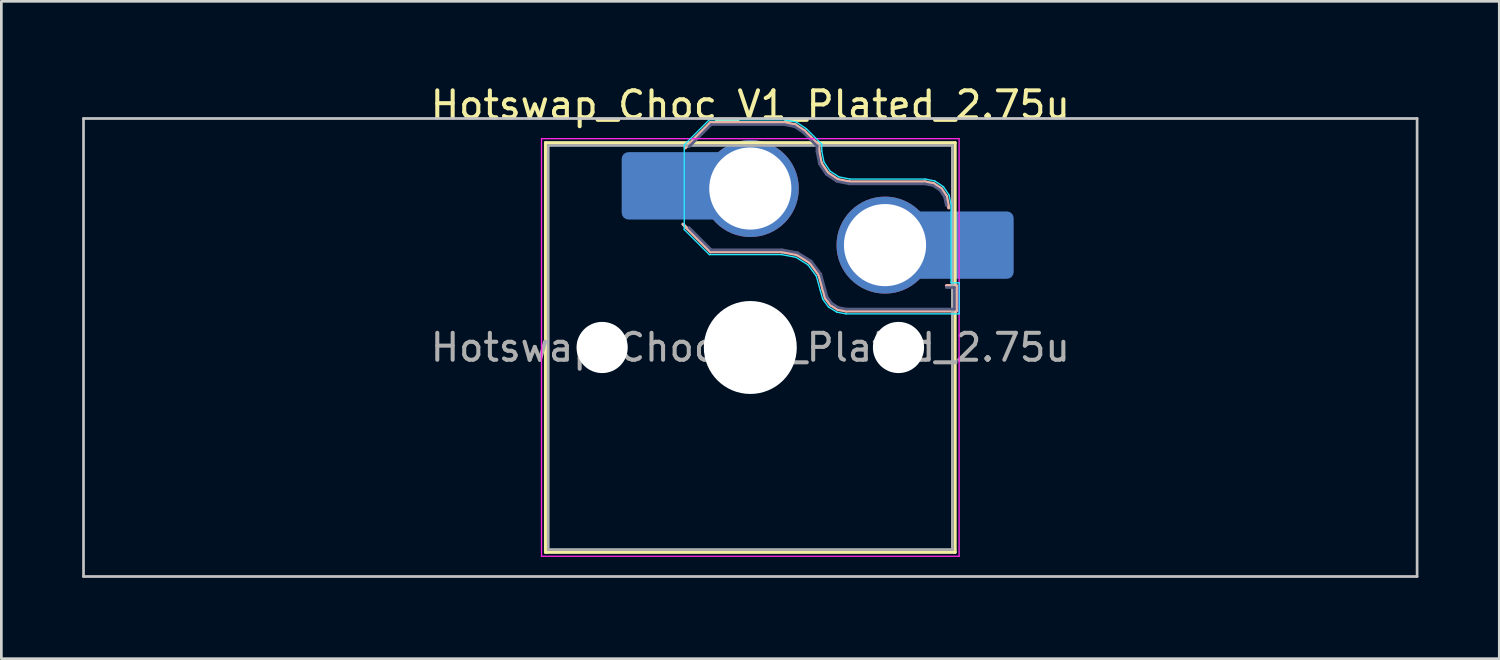
<source format=kicad_pcb>
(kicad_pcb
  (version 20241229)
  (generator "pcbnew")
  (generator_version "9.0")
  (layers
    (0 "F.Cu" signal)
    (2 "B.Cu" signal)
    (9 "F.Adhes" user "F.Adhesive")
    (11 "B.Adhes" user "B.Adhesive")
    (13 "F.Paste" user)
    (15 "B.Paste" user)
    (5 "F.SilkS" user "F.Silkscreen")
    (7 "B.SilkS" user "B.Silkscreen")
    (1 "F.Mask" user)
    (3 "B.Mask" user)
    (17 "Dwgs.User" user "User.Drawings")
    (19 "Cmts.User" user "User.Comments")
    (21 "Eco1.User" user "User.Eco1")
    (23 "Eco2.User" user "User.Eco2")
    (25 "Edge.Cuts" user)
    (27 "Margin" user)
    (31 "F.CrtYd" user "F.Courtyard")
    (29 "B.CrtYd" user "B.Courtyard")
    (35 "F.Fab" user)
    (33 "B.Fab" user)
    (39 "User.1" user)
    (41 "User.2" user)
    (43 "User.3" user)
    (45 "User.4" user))
  (footprint "Hotswap_Choc_V1_Plated_2.75u"
    (layer "F.Cu")
    (at 24.8 9.848)
    (property "Reference" "Hotswap_Choc_V1_Plated_2.75u" (at 0 -9 0) (layer "F.SilkS") (effects (font (size 1 1) (thickness 0.15))))
    (attr smd)
    (fp_line (start -7.6 -7.6) (end -7.6 7.6) (stroke (width 0.12) (type solid)) (layer "F.SilkS"))
    (fp_line (start -7.6 7.6) (end 7.6 7.6) (stroke (width 0.12) (type solid)) (layer "F.SilkS"))
    (fp_line (start 7.6 -7.6) (end -7.6 -7.6) (stroke (width 0.12) (type solid)) (layer "F.SilkS"))
    (fp_line (start 7.6 7.6) (end 7.6 -7.6) (stroke (width 0.12) (type solid)) (layer "F.SilkS"))
    (fp_line (start -2.416 -7.409) (end -1.479 -8.346) (stroke (width 0.12) (type solid)) (layer "B.SilkS"))
    (fp_line (start -1.479 -8.346) (end 1.268 -8.346) (stroke (width 0.12) (type solid)) (layer "B.SilkS"))
    (fp_line (start -1.479 -3.554) (end -2.5 -4.575) (stroke (width 0.12) (type solid)) (layer "B.SilkS"))
    (fp_line (start 1.168 -3.554) (end -1.479 -3.554) (stroke (width 0.12) (type solid)) (layer "B.SilkS"))
    (fp_line (start 1.268 -8.346) (end 1.671 -8.266) (stroke (width 0.12) (type solid)) (layer "B.SilkS"))
    (fp_line (start 1.671 -8.266) (end 2.013 -8.037) (stroke (width 0.12) (type solid)) (layer "B.SilkS"))
    (fp_line (start 1.73 -3.449) (end 1.168 -3.554) (stroke (width 0.12) (type solid)) (layer "B.SilkS"))
    (fp_line (start 2.013 -8.037) (end 2.546 -7.504) (stroke (width 0.12) (type solid)) (layer "B.SilkS"))
    (fp_line (start 2.209 -3.15) (end 1.73 -3.449) (stroke (width 0.12) (type solid)) (layer "B.SilkS"))
    (fp_line (start 2.546 -7.504) (end 2.546 -7.282) (stroke (width 0.12) (type solid)) (layer "B.SilkS"))
    (fp_line (start 2.546 -7.282) (end 2.633 -6.844) (stroke (width 0.12) (type solid)) (layer "B.SilkS"))
    (fp_line (start 2.547 -2.697) (end 2.209 -3.15) (stroke (width 0.12) (type solid)) (layer "B.SilkS"))
    (fp_line (start 2.633 -6.844) (end 2.877 -6.477) (stroke (width 0.12) (type solid)) (layer "B.SilkS"))
    (fp_line (start 2.701 -2.139) (end 2.547 -2.697) (stroke (width 0.12) (type solid)) (layer "B.SilkS"))
    (fp_line (start 2.783 -1.841) (end 2.701 -2.139) (stroke (width 0.12) (type solid)) (layer "B.SilkS"))
    (fp_line (start 2.877 -6.477) (end 3.244 -6.233) (stroke (width 0.12) (type solid)) (layer "B.SilkS"))
    (fp_line (start 2.976 -1.583) (end 2.783 -1.841) (stroke (width 0.12) (type solid)) (layer "B.SilkS"))
    (fp_line (start 3.244 -6.233) (end 3.682 -6.146) (stroke (width 0.12) (type solid)) (layer "B.SilkS"))
    (fp_line (start 3.25 -1.413) (end 2.976 -1.583) (stroke (width 0.12) (type solid)) (layer "B.SilkS"))
    (fp_line (start 3.56 -1.354) (end 3.25 -1.413) (stroke (width 0.12) (type solid)) (layer "B.SilkS"))
    (fp_line (start 3.682 -6.146) (end 6.482 -6.146) (stroke (width 0.12) (type solid)) (layer "B.SilkS"))
    (fp_line (start 6.482 -6.146) (end 6.809 -6.081) (stroke (width 0.12) (type solid)) (layer "B.SilkS"))
    (fp_line (start 6.809 -6.081) (end 7.092 -5.892) (stroke (width 0.12) (type solid)) (layer "B.SilkS"))
    (fp_line (start 7.092 -5.892) (end 7.281 -5.609) (stroke (width 0.12) (type solid)) (layer "B.SilkS"))
    (fp_line (start 7.281 -5.609) (end 7.366 -5.182) (stroke (width 0.12) (type solid)) (layer "B.SilkS"))
    (fp_line (start 7.283 -2.296) (end 7.646 -2.296) (stroke (width 0.12) (type solid)) (layer "B.SilkS"))
    (fp_line (start 7.646 -2.296) (end 7.646 -1.354) (stroke (width 0.12) (type solid)) (layer "B.SilkS"))
    (fp_line (start 7.646 -1.354) (end 3.56 -1.354) (stroke (width 0.12) (type solid)) (layer "B.SilkS"))
    (fp_line (start -24.75 -8.5) (end -24.75 8.5) (stroke (width 0.1) (type solid)) (layer "Dwgs.User"))
    (fp_line (start -24.75 8.5) (end 24.75 8.5) (stroke (width 0.1) (type solid)) (layer "Dwgs.User"))
    (fp_line (start 24.75 -8.5) (end -24.75 -8.5) (stroke (width 0.1) (type solid)) (layer "Dwgs.User"))
    (fp_line (start 24.75 8.5) (end 24.75 -8.5) (stroke (width 0.1) (type solid)) (layer "Dwgs.User"))
    (fp_line (start -7.25 -7.25) (end -7.25 7.25) (stroke (width 0.1) (type solid)) (layer "Eco1.User"))
    (fp_line (start -7.25 7.25) (end 7.25 7.25) (stroke (width 0.1) (type solid)) (layer "Eco1.User"))
    (fp_line (start 7.25 -7.25) (end -7.25 -7.25) (stroke (width 0.1) (type solid)) (layer "Eco1.User"))
    (fp_line (start 7.25 7.25) (end 7.25 -7.25) (stroke (width 0.1) (type solid)) (layer "Eco1.User"))
    (fp_line (start -2.452 -7.523) (end -1.523 -8.452) (stroke (width 0.05) (type solid)) (layer "B.CrtYd"))
    (fp_line (start -2.452 -4.377) (end -2.452 -7.523) (stroke (width 0.05) (type solid)) (layer "B.CrtYd"))
    (fp_line (start -1.523 -8.452) (end 1.278 -8.452) (stroke (width 0.05) (type solid)) (layer "B.CrtYd"))
    (fp_line (start -1.523 -3.448) (end -2.452 -4.377) (stroke (width 0.05) (type solid)) (layer "B.CrtYd"))
    (fp_line (start 1.159 -3.448) (end -1.523 -3.448) (stroke (width 0.05) (type solid)) (layer "B.CrtYd"))
    (fp_line (start 1.278 -8.452) (end 1.712 -8.366) (stroke (width 0.05) (type solid)) (layer "B.CrtYd"))
    (fp_line (start 1.691 -3.348) (end 1.159 -3.448) (stroke (width 0.05) (type solid)) (layer "B.CrtYd"))
    (fp_line (start 1.712 -8.366) (end 2.081 -8.119) (stroke (width 0.05) (type solid)) (layer "B.CrtYd"))
    (fp_line (start 2.081 -8.119) (end 2.652 -7.548) (stroke (width 0.05) (type solid)) (layer "B.CrtYd"))
    (fp_line (start 2.136 -3.071) (end 1.691 -3.348) (stroke (width 0.05) (type solid)) (layer "B.CrtYd"))
    (fp_line (start 2.45 -2.65) (end 2.136 -3.071) (stroke (width 0.05) (type solid)) (layer "B.CrtYd"))
    (fp_line (start 2.599 -2.111) (end 2.45 -2.65) (stroke (width 0.05) (type solid)) (layer "B.CrtYd"))
    (fp_line (start 2.652 -7.548) (end 2.652 -7.292) (stroke (width 0.05) (type solid)) (layer "B.CrtYd"))
    (fp_line (start 2.652 -7.292) (end 2.733 -6.885) (stroke (width 0.05) (type solid)) (layer "B.CrtYd"))
    (fp_line (start 2.687 -1.794) (end 2.599 -2.111) (stroke (width 0.05) (type solid)) (layer "B.CrtYd"))
    (fp_line (start 2.733 -6.885) (end 2.953 -6.553) (stroke (width 0.05) (type solid)) (layer "B.CrtYd"))
    (fp_line (start 2.903 -1.503) (end 2.687 -1.794) (stroke (width 0.05) (type solid)) (layer "B.CrtYd"))
    (fp_line (start 2.953 -6.553) (end 3.285 -6.333) (stroke (width 0.05) (type solid)) (layer "B.CrtYd"))
    (fp_line (start 3.211 -1.312) (end 2.903 -1.503) (stroke (width 0.05) (type solid)) (layer "B.CrtYd"))
    (fp_line (start 3.285 -6.333) (end 3.692 -6.252) (stroke (width 0.05) (type solid)) (layer "B.CrtYd"))
    (fp_line (start 3.55 -1.248) (end 3.211 -1.312) (stroke (width 0.05) (type solid)) (layer "B.CrtYd"))
    (fp_line (start 3.692 -6.252) (end 6.492 -6.252) (stroke (width 0.05) (type solid)) (layer "B.CrtYd"))
    (fp_line (start 6.492 -6.252) (end 6.85 -6.181) (stroke (width 0.05) (type solid)) (layer "B.CrtYd"))
    (fp_line (start 6.85 -6.181) (end 7.168 -5.968) (stroke (width 0.05) (type solid)) (layer "B.CrtYd"))
    (fp_line (start 7.168 -5.968) (end 7.381 -5.65) (stroke (width 0.05) (type solid)) (layer "B.CrtYd"))
    (fp_line (start 7.381 -5.65) (end 7.452 -5.292) (stroke (width 0.05) (type solid)) (layer "B.CrtYd"))
    (fp_line (start 7.452 -5.292) (end 7.452 -2.402) (stroke (width 0.05) (type solid)) (layer "B.CrtYd"))
    (fp_line (start 7.452 -2.402) (end 7.752 -2.402) (stroke (width 0.05) (type solid)) (layer "B.CrtYd"))
    (fp_line (start 7.752 -2.402) (end 7.752 -1.248) (stroke (width 0.05) (type solid)) (layer "B.CrtYd"))
    (fp_line (start 7.752 -1.248) (end 3.55 -1.248) (stroke (width 0.05) (type solid)) (layer "B.CrtYd"))
    (fp_line (start -7.75 -7.75) (end -7.75 7.75) (stroke (width 0.05) (type solid)) (layer "F.CrtYd"))
    (fp_line (start -7.75 7.75) (end 7.75 7.75) (stroke (width 0.05) (type solid)) (layer "F.CrtYd"))
    (fp_line (start 7.75 -7.75) (end -7.75 -7.75) (stroke (width 0.05) (type solid)) (layer "F.CrtYd"))
    (fp_line (start 7.75 7.75) (end 7.75 -7.75) (stroke (width 0.05) (type solid)) (layer "F.CrtYd"))
    (fp_line (start -2.275 -7.45) (end -1.45 -8.275) (stroke (width 0.1) (type solid)) (layer "B.Fab"))
    (fp_line (start -1.45 -8.275) (end 1.261 -8.275) (stroke (width 0.1) (type solid)) (layer "B.Fab"))
    (fp_line (start -1.45 -3.625) (end -2.275 -4.45) (stroke (width 0.1) (type solid)) (layer "B.Fab"))
    (fp_line (start 1.175 -3.625) (end -1.45 -3.625) (stroke (width 0.1) (type solid)) (layer "B.Fab"))
    (fp_line (start 1.261 -8.275) (end 1.643 -8.199) (stroke (width 0.1) (type solid)) (layer "B.Fab"))
    (fp_line (start 1.643 -8.199) (end 1.968 -7.982) (stroke (width 0.1) (type solid)) (layer "B.Fab"))
    (fp_line (start 1.756 -3.516) (end 1.175 -3.625) (stroke (width 0.1) (type solid)) (layer "B.Fab"))
    (fp_line (start 1.968 -7.982) (end 2.475 -7.475) (stroke (width 0.1) (type solid)) (layer "B.Fab"))
    (fp_line (start 2.258 -3.203) (end 1.756 -3.516) (stroke (width 0.1) (type solid)) (layer "B.Fab"))
    (fp_line (start 2.475 -7.475) (end 2.475 -7.275) (stroke (width 0.1) (type solid)) (layer "B.Fab"))
    (fp_line (start 2.475 -7.275) (end 2.566 -6.816) (stroke (width 0.1) (type solid)) (layer "B.Fab"))
    (fp_line (start 2.566 -6.816) (end 2.826 -6.426) (stroke (width 0.1) (type solid)) (layer "B.Fab"))
    (fp_line (start 2.612 -2.729) (end 2.258 -3.203) (stroke (width 0.1) (type solid)) (layer "B.Fab"))
    (fp_line (start 2.769 -2.158) (end 2.612 -2.729) (stroke (width 0.1) (type solid)) (layer "B.Fab"))
    (fp_line (start 2.826 -6.426) (end 3.216 -6.166) (stroke (width 0.1) (type solid)) (layer "B.Fab"))
    (fp_line (start 2.848 -1.873) (end 2.769 -2.158) (stroke (width 0.1) (type solid)) (layer "B.Fab"))
    (fp_line (start 3.025 -1.636) (end 2.848 -1.873) (stroke (width 0.1) (type solid)) (layer "B.Fab"))
    (fp_line (start 3.216 -6.166) (end 3.675 -6.075) (stroke (width 0.1) (type solid)) (layer "B.Fab"))
    (fp_line (start 3.276 -1.48) (end 3.025 -1.636) (stroke (width 0.1) (type solid)) (layer "B.Fab"))
    (fp_line (start 3.567 -1.425) (end 3.276 -1.48) (stroke (width 0.1) (type solid)) (layer "B.Fab"))
    (fp_line (start 3.675 -6.075) (end 6.475 -6.075) (stroke (width 0.1) (type solid)) (layer "B.Fab"))
    (fp_line (start 6.475 -6.075) (end 6.781 -6.014) (stroke (width 0.1) (type solid)) (layer "B.Fab"))
    (fp_line (start 6.781 -6.014) (end 7.041 -5.841) (stroke (width 0.1) (type solid)) (layer "B.Fab"))
    (fp_line (start 7.041 -5.841) (end 7.214 -5.581) (stroke (width 0.1) (type solid)) (layer "B.Fab"))
    (fp_line (start 7.214 -5.581) (end 7.275 -5.275) (stroke (width 0.1) (type solid)) (layer "B.Fab"))
    (fp_line (start 7.275 -2.225) (end 7.575 -2.225) (stroke (width 0.1) (type solid)) (layer "B.Fab"))
    (fp_line (start 7.575 -2.225) (end 7.575 -1.425) (stroke (width 0.1) (type solid)) (layer "B.Fab"))
    (fp_line (start 7.575 -1.425) (end 3.567 -1.425) (stroke (width 0.1) (type solid)) (layer "B.Fab"))
    (fp_line (start -7.5 -7.5) (end -7.5 7.5) (stroke (width 0.1) (type solid)) (layer "F.Fab"))
    (fp_line (start -7.5 7.5) (end 7.5 7.5) (stroke (width 0.1) (type solid)) (layer "F.Fab"))
    (fp_line (start 7.5 -7.5) (end -7.5 -7.5) (stroke (width 0.1) (type solid)) (layer "F.Fab"))
    (fp_line (start 7.5 7.5) (end 7.5 -7.5) (stroke (width 0.1) (type solid)) (layer "F.Fab"))
    (fp_text user "${REFERENCE}" (at 0 0 0) (layer "F.Fab") (effects (font (size 1 1) (thickness 0.15))))
    (pad "" np_thru_hole circle (at -5.5 0) (size 1.9 1.9) (drill 1.9) (layers "*.Cu" "*.Mask"))
    (pad "" smd roundrect (at -3.5 -6) (size 2.55 2.5) (layers "B.Mask" "B.Paste") (roundrect_rratio 0.1))
    (pad "" np_thru_hole circle (at 0 0) (size 3.45 3.45) (drill 3.45) (layers "*.Cu" "*.Mask"))
    (pad "" np_thru_hole circle (at 5.5 0) (size 1.9 1.9) (drill 1.9) (layers "*.Cu" "*.Mask"))
    (pad "" smd roundrect (at 8.5 -3.8) (size 2.55 2.5) (layers "B.Mask" "B.Paste") (roundrect_rratio 0.1))
    (pad "1" smd roundrect (at -2.85 -6) (size 3.85 2.5) (layers "B.Cu") (roundrect_rratio 0.1))
    (pad "1" thru_hole circle (at 0 -5.9) (size 3.6 3.6) (drill 3.05) (layers "*.Cu" "*.Mask"))
    (pad "2" thru_hole circle (at 5 -3.8) (size 3.6 3.6) (drill 3.05) (layers "*.Cu" "*.Mask"))
    (pad "2" smd roundrect (at 7.85 -3.8) (size 3.85 2.5) (layers "B.Cu") (roundrect_rratio 0.1)))
  (gr_rect
    (start -3 -3)
    (end 52.6 21.398)
    (stroke (width 0.1) (type default))
    (fill no)
    (layer "Edge.Cuts")))
</source>
